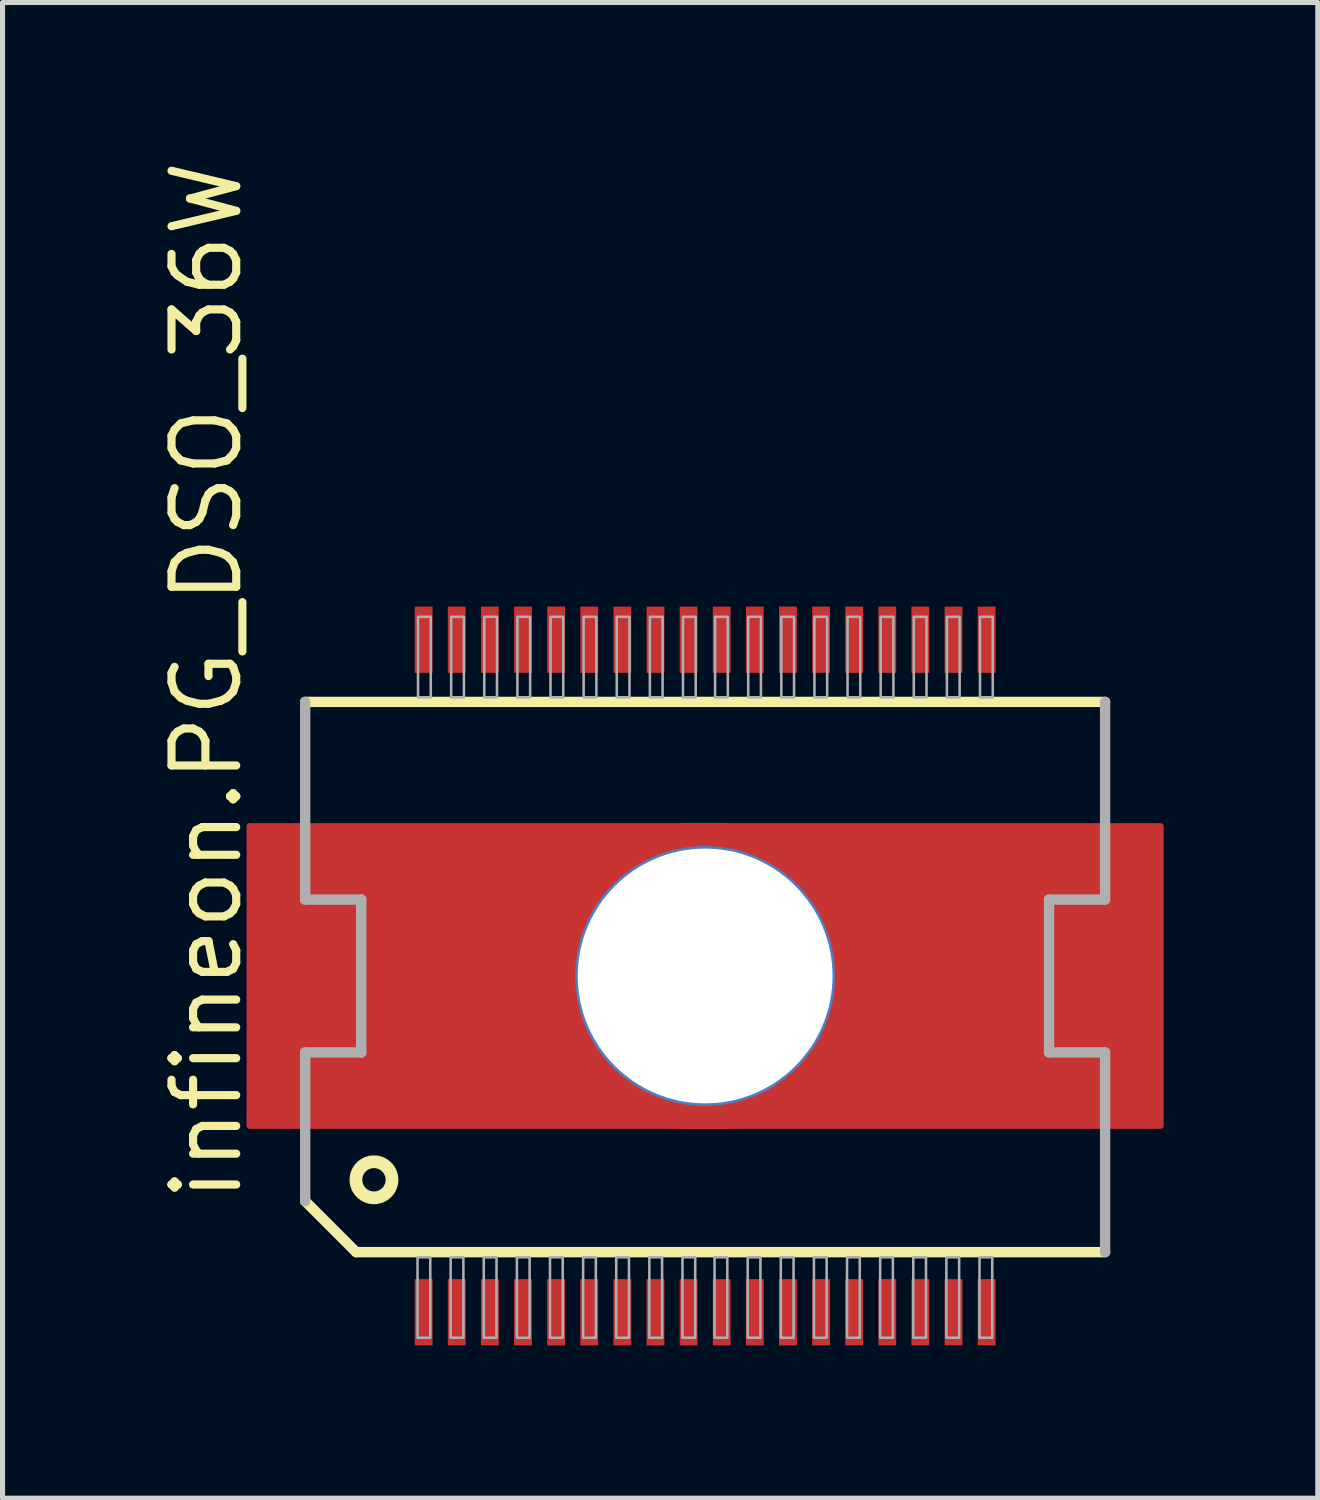
<source format=kicad_pcb>
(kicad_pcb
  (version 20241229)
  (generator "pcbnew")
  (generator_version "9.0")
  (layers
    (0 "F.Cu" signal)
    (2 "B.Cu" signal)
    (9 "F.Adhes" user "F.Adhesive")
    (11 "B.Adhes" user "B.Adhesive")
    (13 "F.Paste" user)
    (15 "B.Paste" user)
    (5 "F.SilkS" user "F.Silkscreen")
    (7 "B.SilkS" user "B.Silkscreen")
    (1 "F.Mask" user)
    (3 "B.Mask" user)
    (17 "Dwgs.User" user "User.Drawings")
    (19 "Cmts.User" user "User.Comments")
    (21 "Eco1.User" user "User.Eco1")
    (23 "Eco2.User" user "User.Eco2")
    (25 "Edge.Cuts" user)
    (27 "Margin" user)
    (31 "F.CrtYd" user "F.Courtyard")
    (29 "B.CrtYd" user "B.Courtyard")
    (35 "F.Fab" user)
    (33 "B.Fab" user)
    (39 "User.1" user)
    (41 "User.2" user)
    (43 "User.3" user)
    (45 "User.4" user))
  (footprint "infineon.PG_DSO_36W"
    (layer "F.Cu")
    (at 10.79 16.106)
    (property "Reference" "infineon.PG_DSO_36W" (at -9.04 4.5 90) (layer "F.SilkS") (effects (font (size 1.27 1.27) (thickness 0.16)) (justify left bottom)))
    (attr smd)
    (fp_rect (start -9 -1.25) (end 9 -3) (stroke (width 0.05) (type default)) (fill yes) (layer "F.Mask"))
    (fp_rect (start -9 3) (end 9 1.25) (stroke (width 0.05) (type default)) (fill yes) (layer "F.Mask"))
    (fp_rect (start -8 1.25) (end 8 -1.25) (stroke (width 0.05) (type default)) (fill yes) (layer "F.Mask"))
    (fp_line (start -7.85 -5.38) (end 7.85 -5.38) (stroke (width 0.203) (type default)) (layer "F.SilkS"))
    (fp_line (start -6.85 5.42) (end -7.85 4.42) (stroke (width 0.203) (type default)) (layer "F.SilkS"))
    (fp_line (start 7.85 5.42) (end -6.85 5.42) (stroke (width 0.203) (type default)) (layer "F.SilkS"))
    (fp_circle (center -6.5 4) (end -6.146 4) (stroke (width 0.25) (type default)) (fill no) (layer "F.SilkS"))
    (fp_rect (start -7.5 -1.25) (end 7.5 -2.5) (stroke (width 0.05) (type default)) (fill yes) (layer "F.Paste"))
    (fp_rect (start -7.5 2.5) (end 7.5 1.25) (stroke (width 0.05) (type default)) (fill yes) (layer "F.Paste"))
    (fp_rect (start -6.75 1.5) (end 7 -1.5) (stroke (width 0.05) (type default)) (fill yes) (layer "F.Paste"))
    (fp_line (start -7.85 -1.5) (end -7.85 -5.38) (stroke (width 0.203) (type default)) (layer "F.Fab"))
    (fp_line (start -7.85 1.5) (end -6.75 1.5) (stroke (width 0.203) (type default)) (layer "F.Fab"))
    (fp_line (start -7.85 4.42) (end -7.85 1.5) (stroke (width 0.203) (type default)) (layer "F.Fab"))
    (fp_line (start -6.75 -1.5) (end -7.85 -1.5) (stroke (width 0.203) (type default)) (layer "F.Fab"))
    (fp_line (start -6.75 1.5) (end -6.75 -1.5) (stroke (width 0.203) (type default)) (layer "F.Fab"))
    (fp_line (start 6.75 -1.5) (end 6.75 1.5) (stroke (width 0.203) (type default)) (layer "F.Fab"))
    (fp_line (start 6.75 1.5) (end 7.85 1.5) (stroke (width 0.203) (type default)) (layer "F.Fab"))
    (fp_line (start 7.85 -5.38) (end 7.85 -1.5) (stroke (width 0.203) (type default)) (layer "F.Fab"))
    (fp_line (start 7.85 -1.5) (end 6.75 -1.5) (stroke (width 0.203) (type default)) (layer "F.Fab"))
    (fp_line (start 7.85 1.5) (end 7.85 5.42) (stroke (width 0.203) (type default)) (layer "F.Fab"))
    (fp_rect (start -5.645 7.1) (end -5.395 5.52) (stroke (width 0.05) (type default)) (fill no) (layer "F.Fab"))
    (fp_rect (start -5.635 -5.47) (end -5.385 -7.05) (stroke (width 0.05) (type default)) (fill no) (layer "F.Fab"))
    (fp_rect (start -4.995 7.1) (end -4.745 5.52) (stroke (width 0.05) (type default)) (fill no) (layer "F.Fab"))
    (fp_rect (start -4.985 -5.47) (end -4.735 -7.05) (stroke (width 0.05) (type default)) (fill no) (layer "F.Fab"))
    (fp_rect (start -4.345 7.1) (end -4.095 5.52) (stroke (width 0.05) (type default)) (fill no) (layer "F.Fab"))
    (fp_rect (start -4.335 -5.47) (end -4.085 -7.05) (stroke (width 0.05) (type default)) (fill no) (layer "F.Fab"))
    (fp_rect (start -3.695 7.1) (end -3.445 5.52) (stroke (width 0.05) (type default)) (fill no) (layer "F.Fab"))
    (fp_rect (start -3.685 -5.47) (end -3.435 -7.05) (stroke (width 0.05) (type default)) (fill no) (layer "F.Fab"))
    (fp_rect (start -3.045 7.1) (end -2.795 5.52) (stroke (width 0.05) (type default)) (fill no) (layer "F.Fab"))
    (fp_rect (start -3.035 -5.47) (end -2.785 -7.05) (stroke (width 0.05) (type default)) (fill no) (layer "F.Fab"))
    (fp_rect (start -2.395 7.1) (end -2.145 5.52) (stroke (width 0.05) (type default)) (fill no) (layer "F.Fab"))
    (fp_rect (start -2.385 -5.47) (end -2.135 -7.05) (stroke (width 0.05) (type default)) (fill no) (layer "F.Fab"))
    (fp_rect (start -1.745 7.1) (end -1.495 5.52) (stroke (width 0.05) (type default)) (fill no) (layer "F.Fab"))
    (fp_rect (start -1.735 -5.47) (end -1.485 -7.05) (stroke (width 0.05) (type default)) (fill no) (layer "F.Fab"))
    (fp_rect (start -1.095 7.1) (end -0.845 5.52) (stroke (width 0.05) (type default)) (fill no) (layer "F.Fab"))
    (fp_rect (start -1.085 -5.47) (end -0.835 -7.05) (stroke (width 0.05) (type default)) (fill no) (layer "F.Fab"))
    (fp_rect (start -0.445 7.1) (end -0.195 5.52) (stroke (width 0.05) (type default)) (fill no) (layer "F.Fab"))
    (fp_rect (start -0.435 -5.47) (end -0.185 -7.05) (stroke (width 0.05) (type default)) (fill no) (layer "F.Fab"))
    (fp_rect (start 0.185 7.1) (end 0.435 5.52) (stroke (width 0.05) (type default)) (fill no) (layer "F.Fab"))
    (fp_rect (start 0.195 -5.47) (end 0.445 -7.05) (stroke (width 0.05) (type default)) (fill no) (layer "F.Fab"))
    (fp_rect (start 0.835 7.1) (end 1.085 5.52) (stroke (width 0.05) (type default)) (fill no) (layer "F.Fab"))
    (fp_rect (start 0.845 -5.47) (end 1.095 -7.05) (stroke (width 0.05) (type default)) (fill no) (layer "F.Fab"))
    (fp_rect (start 1.485 7.1) (end 1.735 5.52) (stroke (width 0.05) (type default)) (fill no) (layer "F.Fab"))
    (fp_rect (start 1.495 -5.47) (end 1.745 -7.05) (stroke (width 0.05) (type default)) (fill no) (layer "F.Fab"))
    (fp_rect (start 2.135 7.1) (end 2.385 5.52) (stroke (width 0.05) (type default)) (fill no) (layer "F.Fab"))
    (fp_rect (start 2.145 -5.47) (end 2.395 -7.05) (stroke (width 0.05) (type default)) (fill no) (layer "F.Fab"))
    (fp_rect (start 2.785 7.1) (end 3.035 5.52) (stroke (width 0.05) (type default)) (fill no) (layer "F.Fab"))
    (fp_rect (start 2.795 -5.47) (end 3.045 -7.05) (stroke (width 0.05) (type default)) (fill no) (layer "F.Fab"))
    (fp_rect (start 3.435 7.1) (end 3.685 5.52) (stroke (width 0.05) (type default)) (fill no) (layer "F.Fab"))
    (fp_rect (start 3.445 -5.47) (end 3.695 -7.05) (stroke (width 0.05) (type default)) (fill no) (layer "F.Fab"))
    (fp_rect (start 4.085 7.1) (end 4.335 5.52) (stroke (width 0.05) (type default)) (fill no) (layer "F.Fab"))
    (fp_rect (start 4.095 -5.47) (end 4.345 -7.05) (stroke (width 0.05) (type default)) (fill no) (layer "F.Fab"))
    (fp_rect (start 4.735 7.1) (end 4.985 5.52) (stroke (width 0.05) (type default)) (fill no) (layer "F.Fab"))
    (fp_rect (start 4.745 -5.47) (end 4.995 -7.05) (stroke (width 0.05) (type default)) (fill no) (layer "F.Fab"))
    (fp_rect (start 5.385 7.1) (end 5.635 5.52) (stroke (width 0.05) (type default)) (fill no) (layer "F.Fab"))
    (fp_rect (start 5.395 -5.47) (end 5.645 -7.05) (stroke (width 0.05) (type default)) (fill no) (layer "F.Fab"))
    (pad "1" smd roundrect (at -5.525 6.6) (size 0.35 1.3) (layers "F.Cu" "F.Mask" "F.Paste") (roundrect_rratio 0.01))
    (pad "2" smd roundrect (at -4.875 6.6) (size 0.35 1.3) (layers "F.Cu" "F.Mask" "F.Paste") (roundrect_rratio 0.01))
    (pad "3" smd roundrect (at -4.225 6.6) (size 0.35 1.3) (layers "F.Cu" "F.Mask" "F.Paste") (roundrect_rratio 0.01))
    (pad "4" smd roundrect (at -3.575 6.6) (size 0.35 1.3) (layers "F.Cu" "F.Mask" "F.Paste") (roundrect_rratio 0.01))
    (pad "5" smd roundrect (at -2.925 6.6) (size 0.35 1.3) (layers "F.Cu" "F.Mask" "F.Paste") (roundrect_rratio 0.01))
    (pad "6" smd roundrect (at -2.275 6.6) (size 0.35 1.3) (layers "F.Cu" "F.Mask" "F.Paste") (roundrect_rratio 0.01))
    (pad "7" smd roundrect (at -1.625 6.6) (size 0.35 1.3) (layers "F.Cu" "F.Mask" "F.Paste") (roundrect_rratio 0.01))
    (pad "8" smd roundrect (at -0.975 6.6) (size 0.35 1.3) (layers "F.Cu" "F.Mask" "F.Paste") (roundrect_rratio 0.01))
    (pad "9" smd roundrect (at -0.325 6.6) (size 0.35 1.3) (layers "F.Cu" "F.Mask" "F.Paste") (roundrect_rratio 0.01))
    (pad "10" smd roundrect (at 0.325 6.6) (size 0.35 1.3) (layers "F.Cu" "F.Mask" "F.Paste") (roundrect_rratio 0.01))
    (pad "11" smd roundrect (at 0.975 6.6) (size 0.35 1.3) (layers "F.Cu" "F.Mask" "F.Paste") (roundrect_rratio 0.01))
    (pad "12" smd roundrect (at 1.625 6.6) (size 0.35 1.3) (layers "F.Cu" "F.Mask" "F.Paste") (roundrect_rratio 0.01))
    (pad "13" smd roundrect (at 2.275 6.6) (size 0.35 1.3) (layers "F.Cu" "F.Mask" "F.Paste") (roundrect_rratio 0.01))
    (pad "14" smd roundrect (at 2.925 6.6) (size 0.35 1.3) (layers "F.Cu" "F.Mask" "F.Paste") (roundrect_rratio 0.01))
    (pad "15" smd roundrect (at 3.575 6.6) (size 0.35 1.3) (layers "F.Cu" "F.Mask" "F.Paste") (roundrect_rratio 0.01))
    (pad "16" smd roundrect (at 4.225 6.6) (size 0.35 1.3) (layers "F.Cu" "F.Mask" "F.Paste") (roundrect_rratio 0.01))
    (pad "17" smd roundrect (at 4.875 6.6) (size 0.35 1.3) (layers "F.Cu" "F.Mask" "F.Paste") (roundrect_rratio 0.01))
    (pad "18" smd roundrect (at 5.525 6.6) (size 0.35 1.3) (layers "F.Cu" "F.Mask" "F.Paste") (roundrect_rratio 0.01))
    (pad "19" smd roundrect (at 5.525 -6.6 180) (size 0.35 1.3) (layers "F.Cu" "F.Mask" "F.Paste") (roundrect_rratio 0.01))
    (pad "20" smd roundrect (at 4.875 -6.6 180) (size 0.35 1.3) (layers "F.Cu" "F.Mask" "F.Paste") (roundrect_rratio 0.01))
    (pad "21" smd roundrect (at 4.225 -6.6 180) (size 0.35 1.3) (layers "F.Cu" "F.Mask" "F.Paste") (roundrect_rratio 0.01))
    (pad "22" smd roundrect (at 3.575 -6.6 180) (size 0.35 1.3) (layers "F.Cu" "F.Mask" "F.Paste") (roundrect_rratio 0.01))
    (pad "23" smd roundrect (at 2.925 -6.6 180) (size 0.35 1.3) (layers "F.Cu" "F.Mask" "F.Paste") (roundrect_rratio 0.01))
    (pad "24" smd roundrect (at 2.275 -6.6 180) (size 0.35 1.3) (layers "F.Cu" "F.Mask" "F.Paste") (roundrect_rratio 0.01))
    (pad "25" smd roundrect (at 1.625 -6.6 180) (size 0.35 1.3) (layers "F.Cu" "F.Mask" "F.Paste") (roundrect_rratio 0.01))
    (pad "26" smd roundrect (at 0.975 -6.6 180) (size 0.35 1.3) (layers "F.Cu" "F.Mask" "F.Paste") (roundrect_rratio 0.01))
    (pad "27" smd roundrect (at 0.325 -6.6 180) (size 0.35 1.3) (layers "F.Cu" "F.Mask" "F.Paste") (roundrect_rratio 0.01))
    (pad "28" smd roundrect (at -0.325 -6.6 180) (size 0.35 1.3) (layers "F.Cu" "F.Mask" "F.Paste") (roundrect_rratio 0.01))
    (pad "29" smd roundrect (at -0.975 -6.6 180) (size 0.35 1.3) (layers "F.Cu" "F.Mask" "F.Paste") (roundrect_rratio 0.01))
    (pad "30" smd roundrect (at -1.625 -6.6 180) (size 0.35 1.3) (layers "F.Cu" "F.Mask" "F.Paste") (roundrect_rratio 0.01))
    (pad "31" smd roundrect (at -2.275 -6.6 180) (size 0.35 1.3) (layers "F.Cu" "F.Mask" "F.Paste") (roundrect_rratio 0.01))
    (pad "32" smd roundrect (at -2.925 -6.6 180) (size 0.35 1.3) (layers "F.Cu" "F.Mask" "F.Paste") (roundrect_rratio 0.01))
    (pad "33" smd roundrect (at -3.575 -6.6 180) (size 0.35 1.3) (layers "F.Cu" "F.Mask" "F.Paste") (roundrect_rratio 0.01))
    (pad "34" smd roundrect (at -4.225 -6.6 180) (size 0.35 1.3) (layers "F.Cu" "F.Mask" "F.Paste") (roundrect_rratio 0.01))
    (pad "35" smd roundrect (at -4.875 -6.6 180) (size 0.35 1.3) (layers "F.Cu" "F.Mask" "F.Paste") (roundrect_rratio 0.01))
    (pad "36" smd roundrect (at -5.525 -6.6 180) (size 0.35 1.3) (layers "F.Cu" "F.Mask" "F.Paste") (roundrect_rratio 0.01))
    (pad "TH@1" smd roundrect (at -4.25 0) (size 9.5 6) (layers "F.Cu" "F.Mask" "F.Paste") (roundrect_rratio 0.01))
    (pad "TH@2" smd roundrect (at 4.25 0) (size 9.5 6) (layers "F.Cu" "F.Mask" "F.Paste") (roundrect_rratio 0.01))
    (pad "TH@3" thru_hole circle (at 0 0) (size 5.1 5.1) (drill 5) (layers "*.Cu" "*.Mask")))
  (gr_rect
    (start -3 -3)
    (end 22.815 26.356)
    (stroke (width 0.1) (type default))
    (fill no)
    (layer "Edge.Cuts")))
</source>
